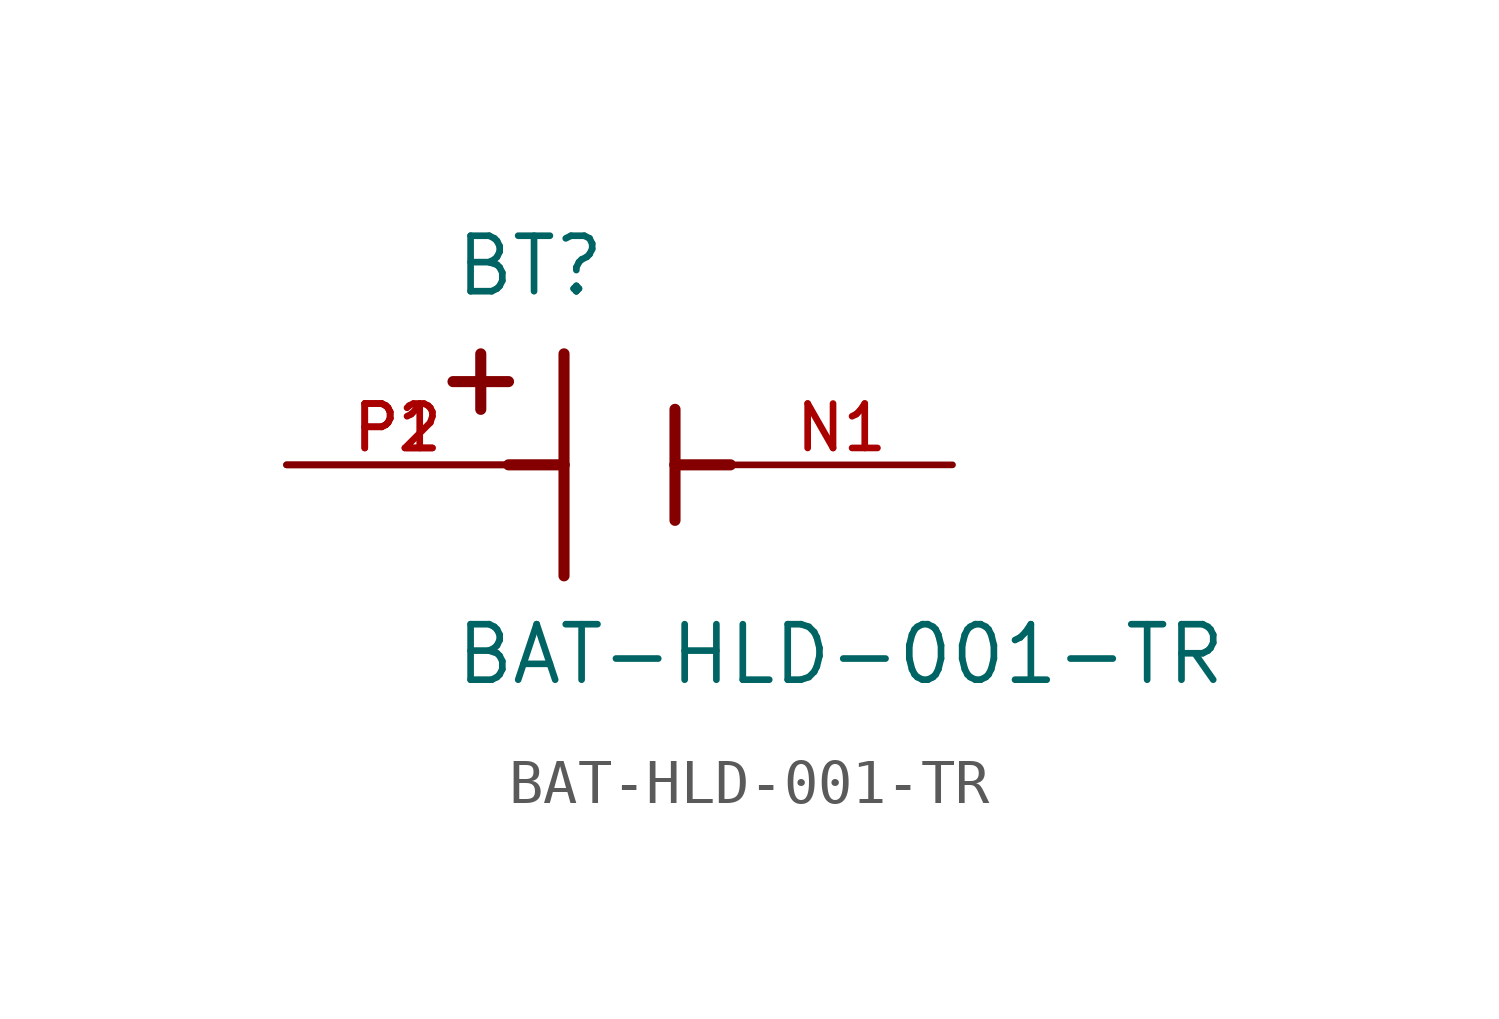
<source format=kicad_sym>
(kicad_symbol_lib
  (version 20211014)
  (generator kicad_symbol_editor)
  (symbol "BAT-HLD-001-TR"
    (pin_names
      (offset 1.016))
    (property "Reference" "BT"
      (at -3.81 3.81 0)
      (effects (font (size 1.27 1.27)) (justify bottom left)))
    (property "Value" "BAT-HLD-001-TR"
      (at -3.81 -5.08 0)
      (effects (font (size 1.27 1.27)) (justify bottom left)))
    (symbol "BAT-HLD-001-TR_0_0"
      (polyline (pts (xy -1.27 2.54) (xy -1.27 0.0)) (stroke (width 0.254)))
      (polyline (pts (xy -1.27 0.0) (xy -1.27 -2.54)) (stroke (width 0.254)))
      (polyline (pts (xy 1.27 1.27) (xy 1.27 0.0)) (stroke (width 0.254)))
      (polyline (pts (xy 1.27 0.0) (xy 1.27 -1.27)) (stroke (width 0.254)))
      (polyline (pts (xy -1.27 0.0) (xy -2.54 0.0)) (stroke (width 0.254)))
      (polyline (pts (xy 1.27 0.0) (xy 2.54 0.0)) (stroke (width 0.254)))
      (polyline (pts (xy -3.175 2.54) (xy -3.175 1.27)) (stroke (width 0.254)))
      (polyline (pts (xy -3.81 1.905) (xy -2.54 1.905)) (stroke (width 0.254)))
      (pin passive line (at -7.62 0.0 0) (length 5.08) (name "~" (effects (font (size 1.016 1.016)))) (number "P1" (effects (font (size 1.016 1.016)))))
      (pin passive line (at -7.62 0.0 0) (length 5.08) (name "~" (effects (font (size 1.016 1.016)))) (number "P2" (effects (font (size 1.016 1.016)))))
      (pin passive line (at 7.62 0.0 180.0) (length 5.08) (name "~" (effects (font (size 1.016 1.016)))) (number "N1" (effects (font (size 1.016 1.016))))))))
</source>
